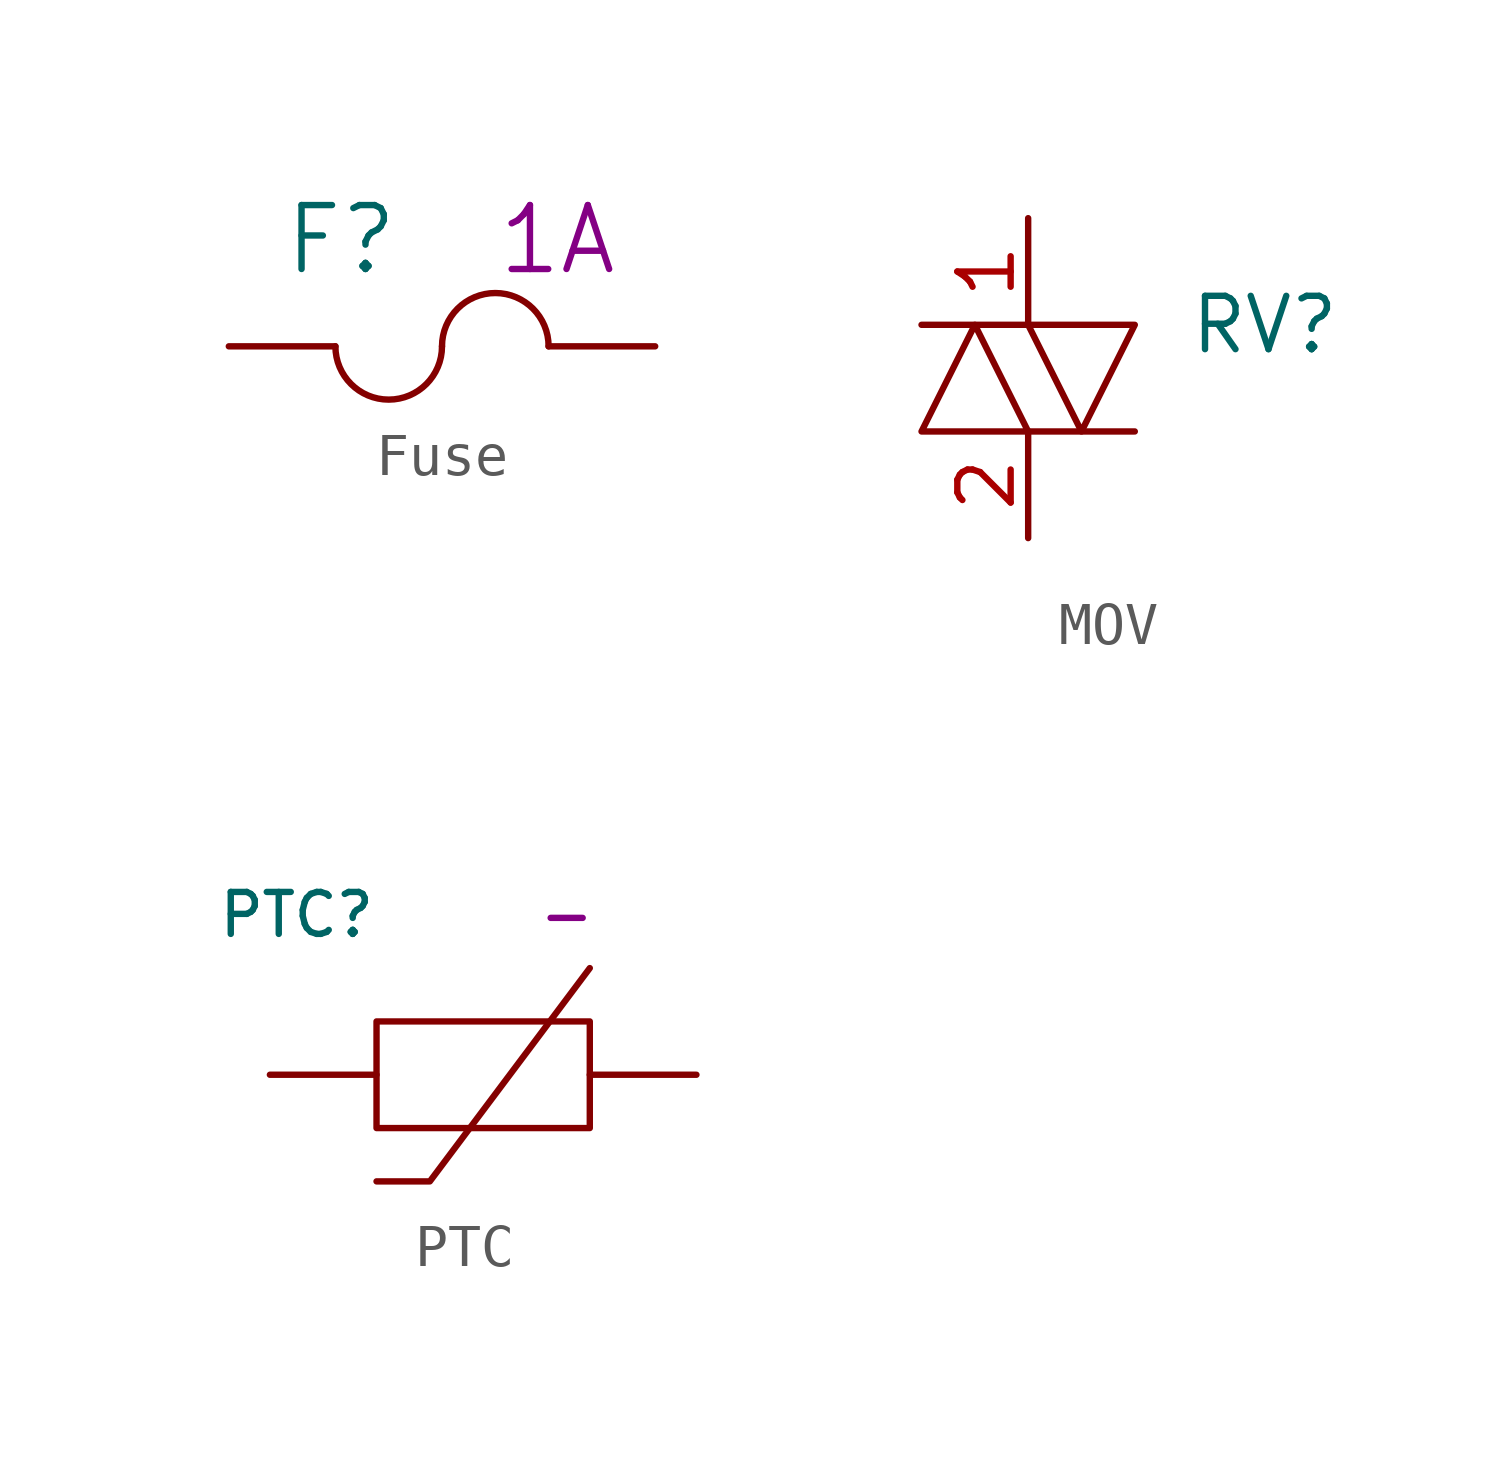
<source format=kicad_sym>
(kicad_symbol_lib
  (version 20211014)
  (generator kicad_symbol_editor)
  (symbol "Fuse"
    (pin_numbers hide)
    (pin_names hide)
    (property "Reference" "F"
      (at -3.81 2.54 0)
      (effects (font (size 1.524 1.524)) (justify left)))
    (property "TripCurrent" "1A"
      (at 1.27 2.54 0)
      (effects (font (size 1.524 1.524)) (justify left)))
    (symbol "Fuse_0_1"
      (arc (start -2.54 0) (mid -1.27 -1.27) (end 0 0) (stroke (width 0) (type default) (color 0 0 0 0)) (fill (type none)))
      (arc (start 2.54 0) (mid 1.27 1.27) (end 0 0) (stroke (width 0) (type default) (color 0 0 0 0)) (fill (type none))))
    (symbol "Fuse_1_1"
      (pin passive line (at -5.08 0 0) (length 2.54) (name "~" (effects (font (size 1.27 1.27)))) (number "1" (effects (font (size 1.27 1.27)))))
      (pin passive line (at 5.08 0 180) (length 2.54) (name "~" (effects (font (size 1.27 1.27)))) (number "2" (effects (font (size 1.27 1.27)))))))
  (symbol "MOV"
    (property "Reference" "RV"
      (at 3.81 1.27 0)
      (effects (font (size 1.27 1.27)) (justify left)))
    (symbol "MOV_1_1"
      (polyline (pts (xy -2.54 1.27) (xy 0 1.27)) (stroke (width 0) (type default) (color 0 0 0 0)) (fill (type none)))
      (polyline (pts (xy 2.54 -1.27) (xy 0 -1.27)) (stroke (width 0) (type default) (color 0 0 0 0)) (fill (type none)))
      (polyline (pts (xy -2.54 -1.27) (xy 0 -1.27) (xy -1.27 1.27) (xy -2.54 -1.27)) (stroke (width 0) (type default) (color 0 0 0 0)) (fill (type none)))
      (polyline (pts (xy 2.54 1.27) (xy 0 1.27) (xy 1.27 -1.27) (xy 2.54 1.27)) (stroke (width 0) (type default) (color 0 0 0 0)) (fill (type none)))
      (pin passive line (at 0 3.81 270) (length 2.54) (name "~" (effects (font (size 1.27 1.27)))) (number "1" (effects (font (size 1.27 1.27)))))
      (pin passive line (at 0 -3.81 90) (length 2.54) (name "~" (effects (font (size 1.27 1.27)))) (number "2" (effects (font (size 1.27 1.27)))))))
  (symbol "PTC"
    (pin_numbers hide)
    (pin_names hide)
    (property "Reference" "PTC"
      (at -6.35 3.81 0)
      (effects (font (size 1 1)) (justify left)))
    (property "MPN" "-"
      (at 1.27 3.81 0)
      (effects (font (size 1 1)) (justify left)))
    (symbol "PTC_0_1"
      (polyline (pts (xy -2.54 -2.54) (xy -1.27 -2.54) (xy 2.54 2.54)) (stroke (width 0) (type default) (color 0 0 0 0)) (fill (type none)))
      (polyline (pts (xy -2.54 1.27) (xy -2.54 -1.27) (xy 2.54 -1.27) (xy 2.54 1.27) (xy -2.54 1.27)) (stroke (width 0) (type default) (color 0 0 0 0)) (fill (type none))))
    (symbol "PTC_1_1"
      (pin passive line (at -5.08 0 0) (length 2.54) (name "~" (effects (font (size 1.27 1.27)))) (number "1" (effects (font (size 1.27 1.27)))))
      (pin passive line (at 5.08 0 180) (length 2.54) (name "~" (effects (font (size 1.27 1.27)))) (number "2" (effects (font (size 1.27 1.27))))))))
</source>
